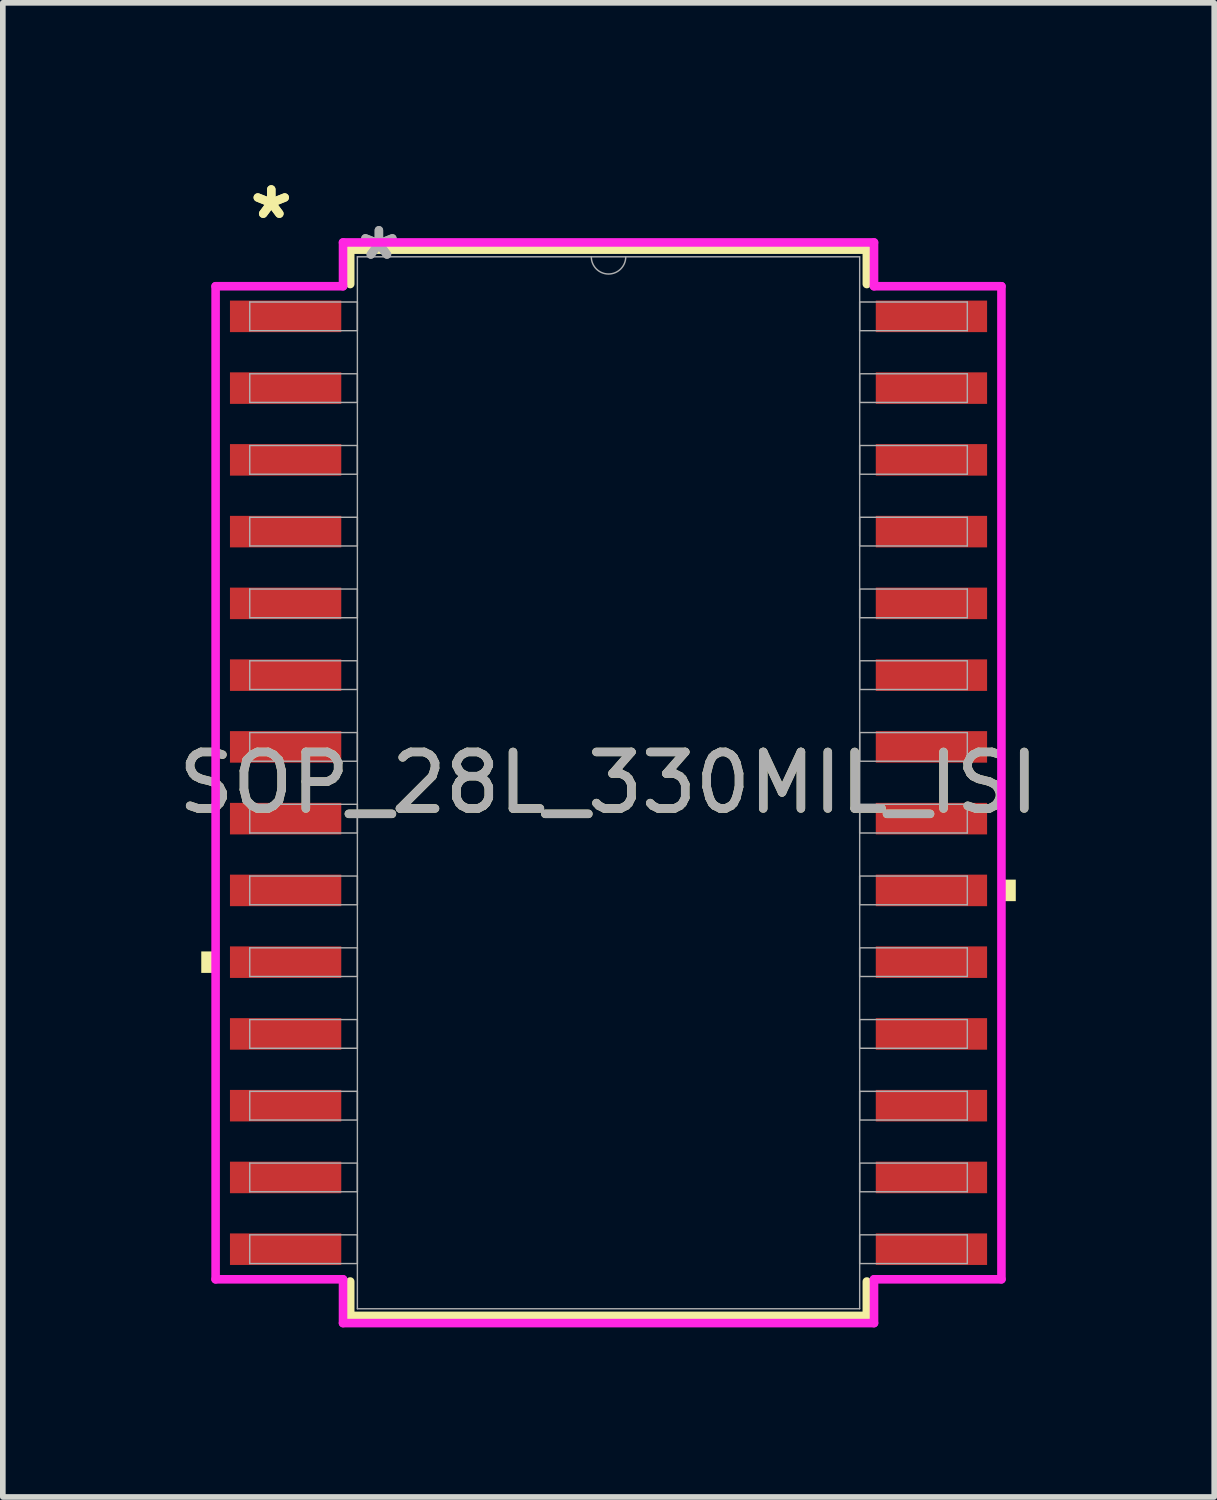
<source format=kicad_pcb>
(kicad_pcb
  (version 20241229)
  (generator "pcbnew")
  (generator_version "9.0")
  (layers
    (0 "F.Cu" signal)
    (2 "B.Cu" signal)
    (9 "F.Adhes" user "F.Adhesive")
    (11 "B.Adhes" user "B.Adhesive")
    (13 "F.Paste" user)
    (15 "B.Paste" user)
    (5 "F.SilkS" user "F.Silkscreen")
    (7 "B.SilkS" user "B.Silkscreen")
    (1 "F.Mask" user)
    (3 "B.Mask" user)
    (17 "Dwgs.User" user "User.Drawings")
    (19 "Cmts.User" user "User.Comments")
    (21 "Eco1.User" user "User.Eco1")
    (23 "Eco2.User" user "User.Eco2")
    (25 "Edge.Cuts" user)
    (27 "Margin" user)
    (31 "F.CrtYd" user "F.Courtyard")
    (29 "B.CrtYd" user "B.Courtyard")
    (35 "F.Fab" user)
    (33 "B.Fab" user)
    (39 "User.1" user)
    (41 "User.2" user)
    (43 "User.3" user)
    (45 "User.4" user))
  (footprint "SOP_28L_330MIL_ISI"
    (layer "F.Cu")
    (at 7.72 10.804)
    (property "Reference" "SOP_28L_330MIL_ISI" (at 0 0 0) (unlocked yes) (layer "F.SilkS") (effects (font (size 1 1) (thickness 0.15))))
    (attr smd)
    (fp_line (start -4.572 -9.436) (end -4.572 -8.827) (stroke (width 0.152) (type solid)) (layer "F.SilkS"))
    (fp_line (start -4.572 8.827) (end -4.572 9.436) (stroke (width 0.152) (type solid)) (layer "F.SilkS"))
    (fp_line (start -4.572 9.436) (end 4.572 9.436) (stroke (width 0.152) (type solid)) (layer "F.SilkS"))
    (fp_line (start 4.572 -9.436) (end -4.572 -9.436) (stroke (width 0.152) (type solid)) (layer "F.SilkS"))
    (fp_line (start 4.572 -8.827) (end 4.572 -9.436) (stroke (width 0.152) (type solid)) (layer "F.SilkS"))
    (fp_line (start 4.572 9.436) (end 4.572 8.827) (stroke (width 0.152) (type solid)) (layer "F.SilkS"))
    (fp_poly (pts (xy -7.208 2.985) (xy -7.208 3.365) (xy -6.954 3.365) (xy -6.954 2.985)) (stroke (width 0) (type solid)) (fill yes) (layer "F.SilkS"))
    (fp_poly (pts (xy 7.208 1.714) (xy 7.208 2.095) (xy 6.954 2.095) (xy 6.954 1.714)) (stroke (width 0) (type solid)) (fill yes) (layer "F.SilkS"))
    (fp_line (start -6.954 -8.788) (end -4.699 -8.788) (stroke (width 0.152) (type solid)) (layer "F.CrtYd"))
    (fp_line (start -6.954 8.788) (end -6.954 -8.788) (stroke (width 0.152) (type solid)) (layer "F.CrtYd"))
    (fp_line (start -6.954 8.788) (end -4.699 8.788) (stroke (width 0.152) (type solid)) (layer "F.CrtYd"))
    (fp_line (start -4.699 -9.563) (end 4.699 -9.563) (stroke (width 0.152) (type solid)) (layer "F.CrtYd"))
    (fp_line (start -4.699 -8.788) (end -4.699 -9.563) (stroke (width 0.152) (type solid)) (layer "F.CrtYd"))
    (fp_line (start -4.699 9.563) (end -4.699 8.788) (stroke (width 0.152) (type solid)) (layer "F.CrtYd"))
    (fp_line (start 4.699 -9.563) (end 4.699 -8.788) (stroke (width 0.152) (type solid)) (layer "F.CrtYd"))
    (fp_line (start 4.699 8.788) (end 4.699 9.563) (stroke (width 0.152) (type solid)) (layer "F.CrtYd"))
    (fp_line (start 4.699 9.563) (end -4.699 9.563) (stroke (width 0.152) (type solid)) (layer "F.CrtYd"))
    (fp_line (start 6.954 -8.788) (end 4.699 -8.788) (stroke (width 0.152) (type solid)) (layer "F.CrtYd"))
    (fp_line (start 6.954 -8.788) (end 6.954 8.788) (stroke (width 0.152) (type solid)) (layer "F.CrtYd"))
    (fp_line (start 6.954 8.788) (end 4.699 8.788) (stroke (width 0.152) (type solid)) (layer "F.CrtYd"))
    (fp_line (start -6.35 -8.509) (end -6.35 -8.001) (stroke (width 0.025) (type solid)) (layer "F.Fab"))
    (fp_line (start -6.35 -8.001) (end -4.445 -8.001) (stroke (width 0.025) (type solid)) (layer "F.Fab"))
    (fp_line (start -6.35 -7.239) (end -6.35 -6.731) (stroke (width 0.025) (type solid)) (layer "F.Fab"))
    (fp_line (start -6.35 -6.731) (end -4.445 -6.731) (stroke (width 0.025) (type solid)) (layer "F.Fab"))
    (fp_line (start -6.35 -5.969) (end -6.35 -5.461) (stroke (width 0.025) (type solid)) (layer "F.Fab"))
    (fp_line (start -6.35 -5.461) (end -4.445 -5.461) (stroke (width 0.025) (type solid)) (layer "F.Fab"))
    (fp_line (start -6.35 -4.699) (end -6.35 -4.191) (stroke (width 0.025) (type solid)) (layer "F.Fab"))
    (fp_line (start -6.35 -4.191) (end -4.445 -4.191) (stroke (width 0.025) (type solid)) (layer "F.Fab"))
    (fp_line (start -6.35 -3.429) (end -6.35 -2.921) (stroke (width 0.025) (type solid)) (layer "F.Fab"))
    (fp_line (start -6.35 -2.921) (end -4.445 -2.921) (stroke (width 0.025) (type solid)) (layer "F.Fab"))
    (fp_line (start -6.35 -2.159) (end -6.35 -1.651) (stroke (width 0.025) (type solid)) (layer "F.Fab"))
    (fp_line (start -6.35 -1.651) (end -4.445 -1.651) (stroke (width 0.025) (type solid)) (layer "F.Fab"))
    (fp_line (start -6.35 -0.889) (end -6.35 -0.381) (stroke (width 0.025) (type solid)) (layer "F.Fab"))
    (fp_line (start -6.35 -0.381) (end -4.445 -0.381) (stroke (width 0.025) (type solid)) (layer "F.Fab"))
    (fp_line (start -6.35 0.381) (end -6.35 0.889) (stroke (width 0.025) (type solid)) (layer "F.Fab"))
    (fp_line (start -6.35 0.889) (end -4.445 0.889) (stroke (width 0.025) (type solid)) (layer "F.Fab"))
    (fp_line (start -6.35 1.651) (end -6.35 2.159) (stroke (width 0.025) (type solid)) (layer "F.Fab"))
    (fp_line (start -6.35 2.159) (end -4.445 2.159) (stroke (width 0.025) (type solid)) (layer "F.Fab"))
    (fp_line (start -6.35 2.921) (end -6.35 3.429) (stroke (width 0.025) (type solid)) (layer "F.Fab"))
    (fp_line (start -6.35 3.429) (end -4.445 3.429) (stroke (width 0.025) (type solid)) (layer "F.Fab"))
    (fp_line (start -6.35 4.191) (end -6.35 4.699) (stroke (width 0.025) (type solid)) (layer "F.Fab"))
    (fp_line (start -6.35 4.699) (end -4.445 4.699) (stroke (width 0.025) (type solid)) (layer "F.Fab"))
    (fp_line (start -6.35 5.461) (end -6.35 5.969) (stroke (width 0.025) (type solid)) (layer "F.Fab"))
    (fp_line (start -6.35 5.969) (end -4.445 5.969) (stroke (width 0.025) (type solid)) (layer "F.Fab"))
    (fp_line (start -6.35 6.731) (end -6.35 7.239) (stroke (width 0.025) (type solid)) (layer "F.Fab"))
    (fp_line (start -6.35 7.239) (end -4.445 7.239) (stroke (width 0.025) (type solid)) (layer "F.Fab"))
    (fp_line (start -6.35 8.001) (end -6.35 8.509) (stroke (width 0.025) (type solid)) (layer "F.Fab"))
    (fp_line (start -6.35 8.509) (end -4.445 8.509) (stroke (width 0.025) (type solid)) (layer "F.Fab"))
    (fp_line (start -4.445 -9.309) (end -4.445 9.309) (stroke (width 0.025) (type solid)) (layer "F.Fab"))
    (fp_line (start -4.445 -8.509) (end -6.35 -8.509) (stroke (width 0.025) (type solid)) (layer "F.Fab"))
    (fp_line (start -4.445 -8.001) (end -4.445 -8.509) (stroke (width 0.025) (type solid)) (layer "F.Fab"))
    (fp_line (start -4.445 -7.239) (end -6.35 -7.239) (stroke (width 0.025) (type solid)) (layer "F.Fab"))
    (fp_line (start -4.445 -6.731) (end -4.445 -7.239) (stroke (width 0.025) (type solid)) (layer "F.Fab"))
    (fp_line (start -4.445 -5.969) (end -6.35 -5.969) (stroke (width 0.025) (type solid)) (layer "F.Fab"))
    (fp_line (start -4.445 -5.461) (end -4.445 -5.969) (stroke (width 0.025) (type solid)) (layer "F.Fab"))
    (fp_line (start -4.445 -4.699) (end -6.35 -4.699) (stroke (width 0.025) (type solid)) (layer "F.Fab"))
    (fp_line (start -4.445 -4.191) (end -4.445 -4.699) (stroke (width 0.025) (type solid)) (layer "F.Fab"))
    (fp_line (start -4.445 -3.429) (end -6.35 -3.429) (stroke (width 0.025) (type solid)) (layer "F.Fab"))
    (fp_line (start -4.445 -2.921) (end -4.445 -3.429) (stroke (width 0.025) (type solid)) (layer "F.Fab"))
    (fp_line (start -4.445 -2.159) (end -6.35 -2.159) (stroke (width 0.025) (type solid)) (layer "F.Fab"))
    (fp_line (start -4.445 -1.651) (end -4.445 -2.159) (stroke (width 0.025) (type solid)) (layer "F.Fab"))
    (fp_line (start -4.445 -0.889) (end -6.35 -0.889) (stroke (width 0.025) (type solid)) (layer "F.Fab"))
    (fp_line (start -4.445 -0.381) (end -4.445 -0.889) (stroke (width 0.025) (type solid)) (layer "F.Fab"))
    (fp_line (start -4.445 0.381) (end -6.35 0.381) (stroke (width 0.025) (type solid)) (layer "F.Fab"))
    (fp_line (start -4.445 0.889) (end -4.445 0.381) (stroke (width 0.025) (type solid)) (layer "F.Fab"))
    (fp_line (start -4.445 1.651) (end -6.35 1.651) (stroke (width 0.025) (type solid)) (layer "F.Fab"))
    (fp_line (start -4.445 2.159) (end -4.445 1.651) (stroke (width 0.025) (type solid)) (layer "F.Fab"))
    (fp_line (start -4.445 2.921) (end -6.35 2.921) (stroke (width 0.025) (type solid)) (layer "F.Fab"))
    (fp_line (start -4.445 3.429) (end -4.445 2.921) (stroke (width 0.025) (type solid)) (layer "F.Fab"))
    (fp_line (start -4.445 4.191) (end -6.35 4.191) (stroke (width 0.025) (type solid)) (layer "F.Fab"))
    (fp_line (start -4.445 4.699) (end -4.445 4.191) (stroke (width 0.025) (type solid)) (layer "F.Fab"))
    (fp_line (start -4.445 5.461) (end -6.35 5.461) (stroke (width 0.025) (type solid)) (layer "F.Fab"))
    (fp_line (start -4.445 5.969) (end -4.445 5.461) (stroke (width 0.025) (type solid)) (layer "F.Fab"))
    (fp_line (start -4.445 6.731) (end -6.35 6.731) (stroke (width 0.025) (type solid)) (layer "F.Fab"))
    (fp_line (start -4.445 7.239) (end -4.445 6.731) (stroke (width 0.025) (type solid)) (layer "F.Fab"))
    (fp_line (start -4.445 8.001) (end -6.35 8.001) (stroke (width 0.025) (type solid)) (layer "F.Fab"))
    (fp_line (start -4.445 8.509) (end -4.445 8.001) (stroke (width 0.025) (type solid)) (layer "F.Fab"))
    (fp_line (start -4.445 9.309) (end 4.445 9.309) (stroke (width 0.025) (type solid)) (layer "F.Fab"))
    (fp_line (start 4.445 -9.309) (end -4.445 -9.309) (stroke (width 0.025) (type solid)) (layer "F.Fab"))
    (fp_line (start 4.445 -8.509) (end 4.445 -8.001) (stroke (width 0.025) (type solid)) (layer "F.Fab"))
    (fp_line (start 4.445 -8.001) (end 6.35 -8.001) (stroke (width 0.025) (type solid)) (layer "F.Fab"))
    (fp_line (start 4.445 -7.239) (end 4.445 -6.731) (stroke (width 0.025) (type solid)) (layer "F.Fab"))
    (fp_line (start 4.445 -6.731) (end 6.35 -6.731) (stroke (width 0.025) (type solid)) (layer "F.Fab"))
    (fp_line (start 4.445 -5.969) (end 4.445 -5.461) (stroke (width 0.025) (type solid)) (layer "F.Fab"))
    (fp_line (start 4.445 -5.461) (end 6.35 -5.461) (stroke (width 0.025) (type solid)) (layer "F.Fab"))
    (fp_line (start 4.445 -4.699) (end 4.445 -4.191) (stroke (width 0.025) (type solid)) (layer "F.Fab"))
    (fp_line (start 4.445 -4.191) (end 6.35 -4.191) (stroke (width 0.025) (type solid)) (layer "F.Fab"))
    (fp_line (start 4.445 -3.429) (end 4.445 -2.921) (stroke (width 0.025) (type solid)) (layer "F.Fab"))
    (fp_line (start 4.445 -2.921) (end 6.35 -2.921) (stroke (width 0.025) (type solid)) (layer "F.Fab"))
    (fp_line (start 4.445 -2.159) (end 4.445 -1.651) (stroke (width 0.025) (type solid)) (layer "F.Fab"))
    (fp_line (start 4.445 -1.651) (end 6.35 -1.651) (stroke (width 0.025) (type solid)) (layer "F.Fab"))
    (fp_line (start 4.445 -0.889) (end 4.445 -0.381) (stroke (width 0.025) (type solid)) (layer "F.Fab"))
    (fp_line (start 4.445 -0.381) (end 6.35 -0.381) (stroke (width 0.025) (type solid)) (layer "F.Fab"))
    (fp_line (start 4.445 0.381) (end 4.445 0.889) (stroke (width 0.025) (type solid)) (layer "F.Fab"))
    (fp_line (start 4.445 0.889) (end 6.35 0.889) (stroke (width 0.025) (type solid)) (layer "F.Fab"))
    (fp_line (start 4.445 1.651) (end 4.445 2.159) (stroke (width 0.025) (type solid)) (layer "F.Fab"))
    (fp_line (start 4.445 2.159) (end 6.35 2.159) (stroke (width 0.025) (type solid)) (layer "F.Fab"))
    (fp_line (start 4.445 2.921) (end 4.445 3.429) (stroke (width 0.025) (type solid)) (layer "F.Fab"))
    (fp_line (start 4.445 3.429) (end 6.35 3.429) (stroke (width 0.025) (type solid)) (layer "F.Fab"))
    (fp_line (start 4.445 4.191) (end 4.445 4.699) (stroke (width 0.025) (type solid)) (layer "F.Fab"))
    (fp_line (start 4.445 4.699) (end 6.35 4.699) (stroke (width 0.025) (type solid)) (layer "F.Fab"))
    (fp_line (start 4.445 5.461) (end 4.445 5.969) (stroke (width 0.025) (type solid)) (layer "F.Fab"))
    (fp_line (start 4.445 5.969) (end 6.35 5.969) (stroke (width 0.025) (type solid)) (layer "F.Fab"))
    (fp_line (start 4.445 6.731) (end 4.445 7.239) (stroke (width 0.025) (type solid)) (layer "F.Fab"))
    (fp_line (start 4.445 7.239) (end 6.35 7.239) (stroke (width 0.025) (type solid)) (layer "F.Fab"))
    (fp_line (start 4.445 8.001) (end 4.445 8.509) (stroke (width 0.025) (type solid)) (layer "F.Fab"))
    (fp_line (start 4.445 8.509) (end 6.35 8.509) (stroke (width 0.025) (type solid)) (layer "F.Fab"))
    (fp_line (start 4.445 9.309) (end 4.445 -9.309) (stroke (width 0.025) (type solid)) (layer "F.Fab"))
    (fp_line (start 6.35 -8.509) (end 4.445 -8.509) (stroke (width 0.025) (type solid)) (layer "F.Fab"))
    (fp_line (start 6.35 -8.001) (end 6.35 -8.509) (stroke (width 0.025) (type solid)) (layer "F.Fab"))
    (fp_line (start 6.35 -7.239) (end 4.445 -7.239) (stroke (width 0.025) (type solid)) (layer "F.Fab"))
    (fp_line (start 6.35 -6.731) (end 6.35 -7.239) (stroke (width 0.025) (type solid)) (layer "F.Fab"))
    (fp_line (start 6.35 -5.969) (end 4.445 -5.969) (stroke (width 0.025) (type solid)) (layer "F.Fab"))
    (fp_line (start 6.35 -5.461) (end 6.35 -5.969) (stroke (width 0.025) (type solid)) (layer "F.Fab"))
    (fp_line (start 6.35 -4.699) (end 4.445 -4.699) (stroke (width 0.025) (type solid)) (layer "F.Fab"))
    (fp_line (start 6.35 -4.191) (end 6.35 -4.699) (stroke (width 0.025) (type solid)) (layer "F.Fab"))
    (fp_line (start 6.35 -3.429) (end 4.445 -3.429) (stroke (width 0.025) (type solid)) (layer "F.Fab"))
    (fp_line (start 6.35 -2.921) (end 6.35 -3.429) (stroke (width 0.025) (type solid)) (layer "F.Fab"))
    (fp_line (start 6.35 -2.159) (end 4.445 -2.159) (stroke (width 0.025) (type solid)) (layer "F.Fab"))
    (fp_line (start 6.35 -1.651) (end 6.35 -2.159) (stroke (width 0.025) (type solid)) (layer "F.Fab"))
    (fp_line (start 6.35 -0.889) (end 4.445 -0.889) (stroke (width 0.025) (type solid)) (layer "F.Fab"))
    (fp_line (start 6.35 -0.381) (end 6.35 -0.889) (stroke (width 0.025) (type solid)) (layer "F.Fab"))
    (fp_line (start 6.35 0.381) (end 4.445 0.381) (stroke (width 0.025) (type solid)) (layer "F.Fab"))
    (fp_line (start 6.35 0.889) (end 6.35 0.381) (stroke (width 0.025) (type solid)) (layer "F.Fab"))
    (fp_line (start 6.35 1.651) (end 4.445 1.651) (stroke (width 0.025) (type solid)) (layer "F.Fab"))
    (fp_line (start 6.35 2.159) (end 6.35 1.651) (stroke (width 0.025) (type solid)) (layer "F.Fab"))
    (fp_line (start 6.35 2.921) (end 4.445 2.921) (stroke (width 0.025) (type solid)) (layer "F.Fab"))
    (fp_line (start 6.35 3.429) (end 6.35 2.921) (stroke (width 0.025) (type solid)) (layer "F.Fab"))
    (fp_line (start 6.35 4.191) (end 4.445 4.191) (stroke (width 0.025) (type solid)) (layer "F.Fab"))
    (fp_line (start 6.35 4.699) (end 6.35 4.191) (stroke (width 0.025) (type solid)) (layer "F.Fab"))
    (fp_line (start 6.35 5.461) (end 4.445 5.461) (stroke (width 0.025) (type solid)) (layer "F.Fab"))
    (fp_line (start 6.35 5.969) (end 6.35 5.461) (stroke (width 0.025) (type solid)) (layer "F.Fab"))
    (fp_line (start 6.35 6.731) (end 4.445 6.731) (stroke (width 0.025) (type solid)) (layer "F.Fab"))
    (fp_line (start 6.35 7.239) (end 6.35 6.731) (stroke (width 0.025) (type solid)) (layer "F.Fab"))
    (fp_line (start 6.35 8.001) (end 4.445 8.001) (stroke (width 0.025) (type solid)) (layer "F.Fab"))
    (fp_line (start 6.35 8.509) (end 6.35 8.001) (stroke (width 0.025) (type solid)) (layer "F.Fab"))
    (fp_arc (start 0.3048 -9.3091) (mid 0 -9.0043) (end -0.3048 -9.3091) (stroke (width 0.0254) (type solid)) (layer "F.Fab"))
    (fp_text user "*" (at -5.969 -9.956 0) (layer "F.SilkS") (effects (font (size 1 1) (thickness 0.15))))
    (fp_text user "*" (at -5.969 -9.956 0) (unlocked yes) (layer "F.SilkS") (effects (font (size 1 1) (thickness 0.15))))
    (fp_text user "${REFERENCE}" (at 0 0 0) (unlocked yes) (layer "F.Fab") (effects (font (size 1 1) (thickness 0.15))))
    (fp_text user "*" (at -4.064 -9.233 0) (unlocked yes) (layer "F.Fab") (effects (font (size 1 1) (thickness 0.15))))
    (fp_text user "*" (at -4.064 -9.233 0) (layer "F.Fab") (effects (font (size 1 1) (thickness 0.15))))
    (pad "1" smd rect (at -5.715 -8.255) (size 1.97 0.558) (layers "F.Cu" "F.Mask" "F.Paste"))
    (pad "2" smd rect (at -5.715 -6.985) (size 1.97 0.558) (layers "F.Cu" "F.Mask" "F.Paste"))
    (pad "3" smd rect (at -5.715 -5.715) (size 1.97 0.558) (layers "F.Cu" "F.Mask" "F.Paste"))
    (pad "4" smd rect (at -5.715 -4.445) (size 1.97 0.558) (layers "F.Cu" "F.Mask" "F.Paste"))
    (pad "5" smd rect (at -5.715 -3.175) (size 1.97 0.558) (layers "F.Cu" "F.Mask" "F.Paste"))
    (pad "6" smd rect (at -5.715 -1.905) (size 1.97 0.558) (layers "F.Cu" "F.Mask" "F.Paste"))
    (pad "7" smd rect (at -5.715 -0.635) (size 1.97 0.558) (layers "F.Cu" "F.Mask" "F.Paste"))
    (pad "8" smd rect (at -5.715 0.635) (size 1.97 0.558) (layers "F.Cu" "F.Mask" "F.Paste"))
    (pad "9" smd rect (at -5.715 1.905) (size 1.97 0.558) (layers "F.Cu" "F.Mask" "F.Paste"))
    (pad "10" smd rect (at -5.715 3.175) (size 1.97 0.558) (layers "F.Cu" "F.Mask" "F.Paste"))
    (pad "11" smd rect (at -5.715 4.445) (size 1.97 0.558) (layers "F.Cu" "F.Mask" "F.Paste"))
    (pad "12" smd rect (at -5.715 5.715) (size 1.97 0.558) (layers "F.Cu" "F.Mask" "F.Paste"))
    (pad "13" smd rect (at -5.715 6.985) (size 1.97 0.558) (layers "F.Cu" "F.Mask" "F.Paste"))
    (pad "14" smd rect (at -5.715 8.255) (size 1.97 0.558) (layers "F.Cu" "F.Mask" "F.Paste"))
    (pad "15" smd rect (at 5.715 8.255) (size 1.97 0.558) (layers "F.Cu" "F.Mask" "F.Paste"))
    (pad "16" smd rect (at 5.715 6.985) (size 1.97 0.558) (layers "F.Cu" "F.Mask" "F.Paste"))
    (pad "17" smd rect (at 5.715 5.715) (size 1.97 0.558) (layers "F.Cu" "F.Mask" "F.Paste"))
    (pad "18" smd rect (at 5.715 4.445) (size 1.97 0.558) (layers "F.Cu" "F.Mask" "F.Paste"))
    (pad "19" smd rect (at 5.715 3.175) (size 1.97 0.558) (layers "F.Cu" "F.Mask" "F.Paste"))
    (pad "20" smd rect (at 5.715 1.905) (size 1.97 0.558) (layers "F.Cu" "F.Mask" "F.Paste"))
    (pad "21" smd rect (at 5.715 0.635) (size 1.97 0.558) (layers "F.Cu" "F.Mask" "F.Paste"))
    (pad "22" smd rect (at 5.715 -0.635) (size 1.97 0.558) (layers "F.Cu" "F.Mask" "F.Paste"))
    (pad "23" smd rect (at 5.715 -1.905) (size 1.97 0.558) (layers "F.Cu" "F.Mask" "F.Paste"))
    (pad "24" smd rect (at 5.715 -3.175) (size 1.97 0.558) (layers "F.Cu" "F.Mask" "F.Paste"))
    (pad "25" smd rect (at 5.715 -4.445) (size 1.97 0.558) (layers "F.Cu" "F.Mask" "F.Paste"))
    (pad "26" smd rect (at 5.715 -5.715) (size 1.97 0.558) (layers "F.Cu" "F.Mask" "F.Paste"))
    (pad "27" smd rect (at 5.715 -6.985) (size 1.97 0.558) (layers "F.Cu" "F.Mask" "F.Paste"))
    (pad "28" smd rect (at 5.715 -8.255) (size 1.97 0.558) (layers "F.Cu" "F.Mask" "F.Paste")))
  (gr_rect
    (start -3 -3)
    (end 18.44 23.444)
    (stroke (width 0.1) (type default))
    (fill no)
    (layer "Edge.Cuts")))
</source>
